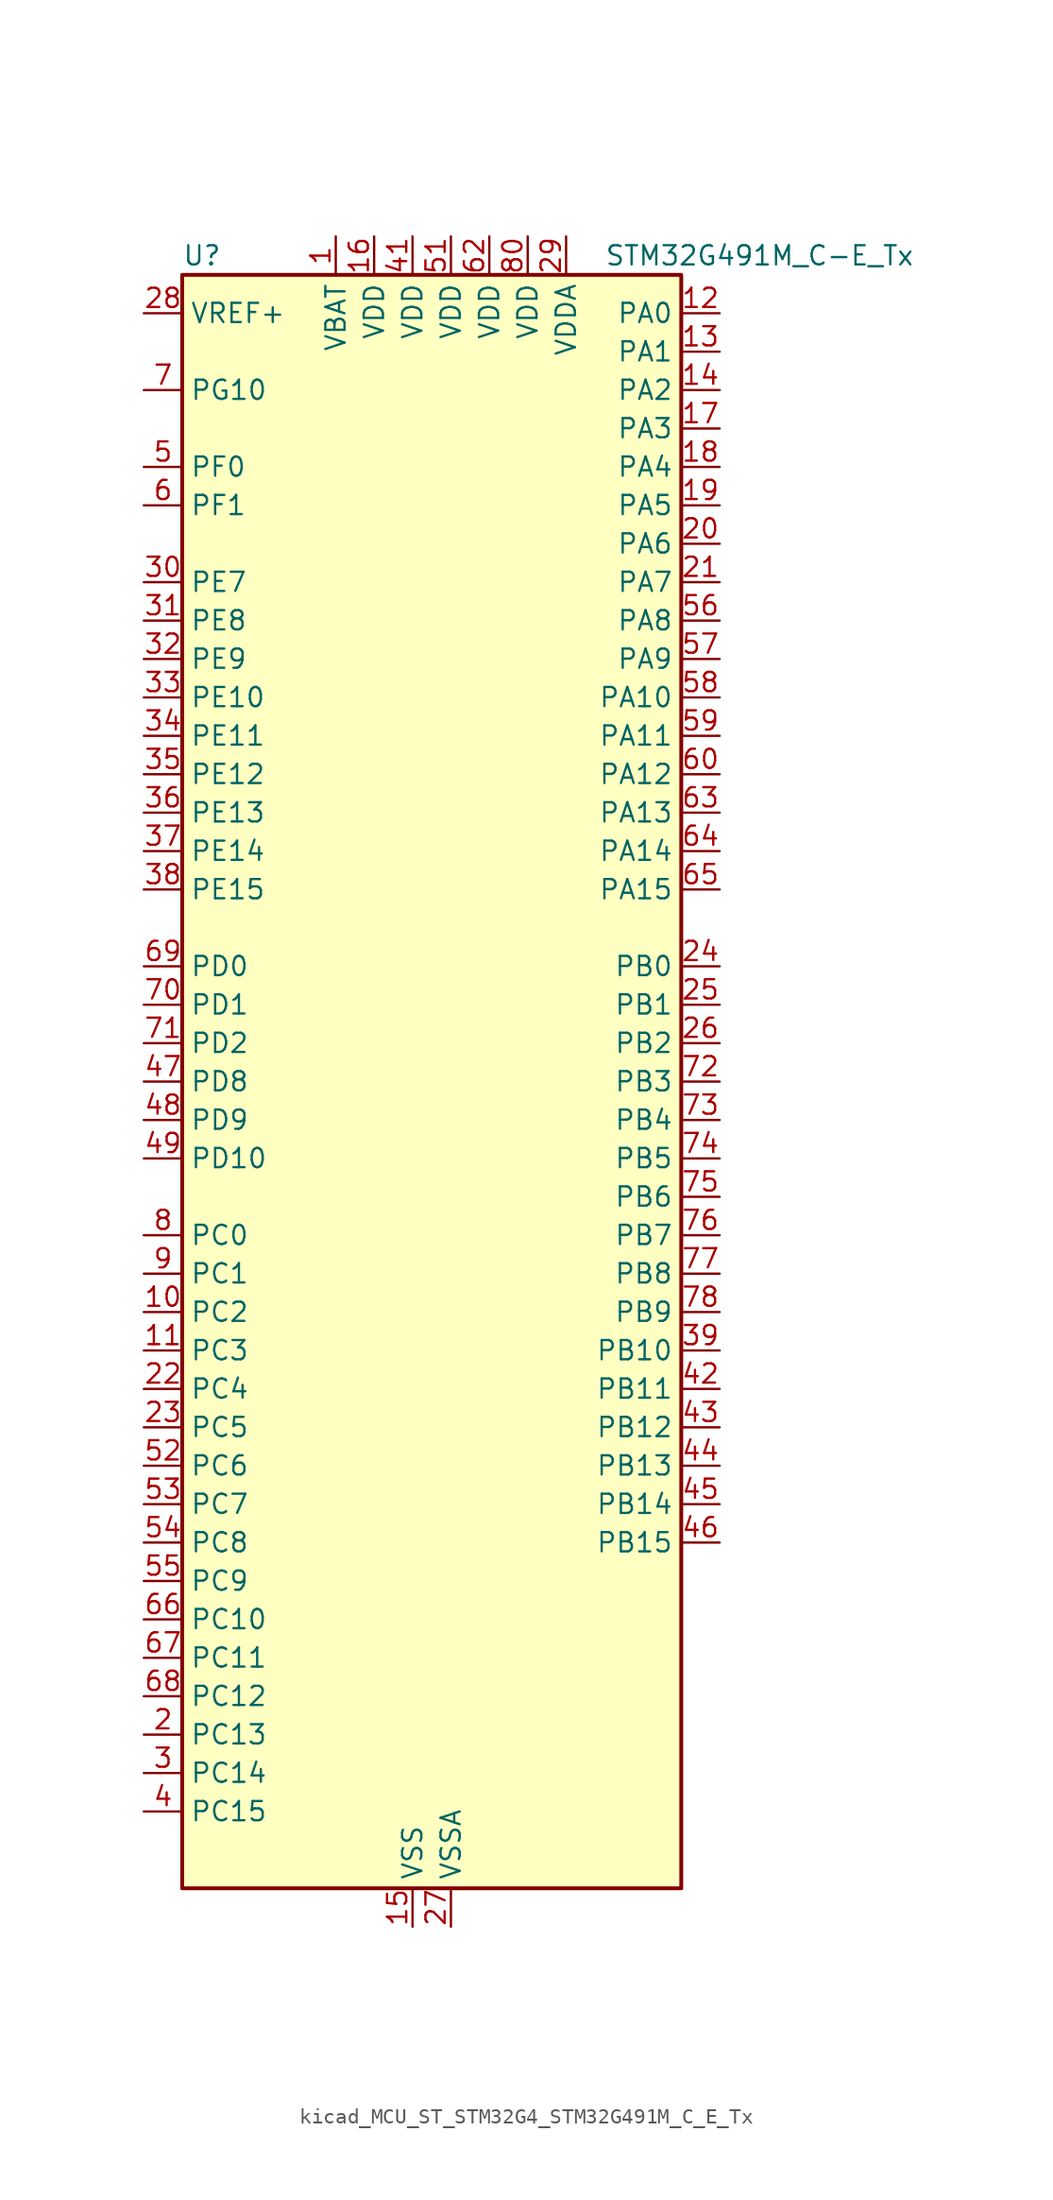
<source format=kicad_sym>
(kicad_symbol_lib
  (version 20220914)
  (generator kicad_symbol_editor)
  (symbol "kicad_MCU_ST_STM32G4_STM32G491M_C_E_Tx"
    (property "Reference" "U"
      (at -15.24 54.61 0)
      (effects (font (size 1.27 1.27)) (justify left)))
    (property "Value" "STM32G491M_C-E_Tx"
      (at 12.7 54.61 0)
      (effects (font (size 1.27 1.27)) (justify left)))
    (property "ki_locked" ""
      (at 0 0 0)
      (effects (font (size 1.27 1.27))))
    (symbol "kicad_MCU_ST_STM32G4_STM32G491M_C_E_Tx_0_1"
      (rectangle (start -15.24 -53.34) (end 17.78 53.34) (stroke (width 0.254) (type default)) (fill (type background))))
    (symbol "kicad_MCU_ST_STM32G4_STM32G491M_C_E_Tx_1_1"
      (pin power_in line (at -5.08 55.88 270) (length 2.54) (name "VBAT" (effects (font (size 1.27 1.27)))) (number "1" (effects (font (size 1.27 1.27)))))
      (pin bidirectional line (at -17.78 -15.24 0) (length 2.54) (name "PC2" (effects (font (size 1.27 1.27)))) (number "10" (effects (font (size 1.27 1.27)))) (alternate "ADC1_IN8" bidirectional line) (alternate "ADC2_IN8" bidirectional line) (alternate "ADC3_EXTI2" bidirectional line) (alternate "COMP3_OUT" bidirectional line) (alternate "LPTIM1_IN2" bidirectional line) (alternate "QUADSPI1_BK2_IO1" bidirectional line) (alternate "TIM1_CH3" bidirectional line) (alternate "TIM20_CH2" bidirectional line))
      (pin bidirectional line (at -17.78 -17.78 0) (length 2.54) (name "PC3" (effects (font (size 1.27 1.27)))) (number "11" (effects (font (size 1.27 1.27)))) (alternate "ADC1_IN9" bidirectional line) (alternate "ADC2_IN9" bidirectional line) (alternate "ADC3_EXTI3" bidirectional line) (alternate "LPTIM1_ETR" bidirectional line) (alternate "QUADSPI1_BK2_IO2" bidirectional line) (alternate "SAI1_D1" bidirectional line) (alternate "SAI1_SD_A" bidirectional line) (alternate "TIM1_BKIN2" bidirectional line) (alternate "TIM1_CH4" bidirectional line))
      (pin bidirectional line (at 20.32 50.8 180) (length 2.54) (name "PA0" (effects (font (size 1.27 1.27)))) (number "12" (effects (font (size 1.27 1.27)))) (alternate "ADC1_IN1" bidirectional line) (alternate "ADC2_IN1" bidirectional line) (alternate "COMP1_INM" bidirectional line) (alternate "COMP1_OUT" bidirectional line) (alternate "COMP3_INP" bidirectional line) (alternate "RTC_TAMP2" bidirectional line) (alternate "SYS_WKUP1" bidirectional line) (alternate "TIM2_CH1" bidirectional line) (alternate "TIM2_ETR" bidirectional line) (alternate "TIM8_BKIN" bidirectional line) (alternate "TIM8_ETR" bidirectional line) (alternate "USART2_CTS" bidirectional line) (alternate "USART2_NSS" bidirectional line))
      (pin bidirectional line (at 20.32 48.26 180) (length 2.54) (name "PA1" (effects (font (size 1.27 1.27)))) (number "13" (effects (font (size 1.27 1.27)))) (alternate "ADC1_IN2" bidirectional line) (alternate "ADC2_IN2" bidirectional line) (alternate "COMP1_INP" bidirectional line) (alternate "OPAMP1_VINP" bidirectional line) (alternate "OPAMP1_VINP_SEC" bidirectional line) (alternate "OPAMP3_VINP" bidirectional line) (alternate "OPAMP3_VINP_SEC" bidirectional line) (alternate "OPAMP6_VINM" bidirectional line) (alternate "OPAMP6_VINM0" bidirectional line) (alternate "OPAMP6_VINM_SEC" bidirectional line) (alternate "RTC_REFIN" bidirectional line) (alternate "TIM15_CH1N" bidirectional line) (alternate "TIM2_CH2" bidirectional line) (alternate "USART2_DE" bidirectional line) (alternate "USART2_RTS" bidirectional line))
      (pin bidirectional line (at 20.32 45.72 180) (length 2.54) (name "PA2" (effects (font (size 1.27 1.27)))) (number "14" (effects (font (size 1.27 1.27)))) (alternate "ADC1_IN3" bidirectional line) (alternate "ADC3_EXTI2" bidirectional line) (alternate "COMP2_INM" bidirectional line) (alternate "COMP2_OUT" bidirectional line) (alternate "LPUART1_TX" bidirectional line) (alternate "OPAMP1_VOUT" bidirectional line) (alternate "QUADSPI1_BK1_NCS" bidirectional line) (alternate "RCC_LSCO" bidirectional line) (alternate "SYS_WKUP4" bidirectional line) (alternate "TIM15_CH1" bidirectional line) (alternate "TIM2_CH3" bidirectional line) (alternate "UCPD1_FRSTX1" bidirectional line) (alternate "UCPD1_FRSTX2" bidirectional line) (alternate "USART2_TX" bidirectional line))
      (pin power_in line (at 0 -55.88 90) (length 2.54) (name "VSS" (effects (font (size 1.27 1.27)))) (number "15" (effects (font (size 1.27 1.27)))))
      (pin power_in line (at -2.54 55.88 270) (length 2.54) (name "VDD" (effects (font (size 1.27 1.27)))) (number "16" (effects (font (size 1.27 1.27)))))
      (pin bidirectional line (at 20.32 43.18 180) (length 2.54) (name "PA3" (effects (font (size 1.27 1.27)))) (number "17" (effects (font (size 1.27 1.27)))) (alternate "ADC1_IN4" bidirectional line) (alternate "ADC3_EXTI3" bidirectional line) (alternate "COMP2_INP" bidirectional line) (alternate "LPUART1_RX" bidirectional line) (alternate "OPAMP1_VINM" bidirectional line) (alternate "OPAMP1_VINM0" bidirectional line) (alternate "OPAMP1_VINM_SEC" bidirectional line) (alternate "OPAMP1_VINP" bidirectional line) (alternate "OPAMP1_VINP_SEC" bidirectional line) (alternate "QUADSPI1_CLK" bidirectional line) (alternate "SAI1_CK1" bidirectional line) (alternate "SAI1_MCLK_A" bidirectional line) (alternate "TIM15_CH2" bidirectional line) (alternate "TIM2_CH4" bidirectional line) (alternate "USART2_RX" bidirectional line))
      (pin bidirectional line (at 20.32 40.64 180) (length 2.54) (name "PA4" (effects (font (size 1.27 1.27)))) (number "18" (effects (font (size 1.27 1.27)))) (alternate "ADC2_IN17" bidirectional line) (alternate "COMP1_INM" bidirectional line) (alternate "DAC1_OUT1" bidirectional line) (alternate "I2S3_WS" bidirectional line) (alternate "SAI1_FS_B" bidirectional line) (alternate "SPI1_NSS" bidirectional line) (alternate "SPI3_NSS" bidirectional line) (alternate "TIM3_CH2" bidirectional line) (alternate "USART2_CK" bidirectional line))
      (pin bidirectional line (at 20.32 38.1 180) (length 2.54) (name "PA5" (effects (font (size 1.27 1.27)))) (number "19" (effects (font (size 1.27 1.27)))) (alternate "ADC2_IN13" bidirectional line) (alternate "COMP2_INM" bidirectional line) (alternate "DAC1_OUT2" bidirectional line) (alternate "OPAMP2_VINM" bidirectional line) (alternate "OPAMP2_VINM0" bidirectional line) (alternate "OPAMP2_VINM_SEC" bidirectional line) (alternate "SPI1_SCK" bidirectional line) (alternate "TIM2_CH1" bidirectional line) (alternate "TIM2_ETR" bidirectional line) (alternate "UCPD1_FRSTX1" bidirectional line) (alternate "UCPD1_FRSTX2" bidirectional line))
      (pin bidirectional line (at -17.78 -43.18 0) (length 2.54) (name "PC13" (effects (font (size 1.27 1.27)))) (number "2" (effects (font (size 1.27 1.27)))) (alternate "RTC_OUT1" bidirectional line) (alternate "RTC_TAMP1" bidirectional line) (alternate "RTC_TS" bidirectional line) (alternate "SYS_WKUP2" bidirectional line) (alternate "TIM1_BKIN" bidirectional line) (alternate "TIM1_CH1N" bidirectional line) (alternate "TIM8_CH4N" bidirectional line))
      (pin bidirectional line (at 20.32 35.56 180) (length 2.54) (name "PA6" (effects (font (size 1.27 1.27)))) (number "20" (effects (font (size 1.27 1.27)))) (alternate "ADC2_IN3" bidirectional line) (alternate "COMP1_OUT" bidirectional line) (alternate "LPUART1_CTS" bidirectional line) (alternate "OPAMP2_VOUT" bidirectional line) (alternate "QUADSPI1_BK1_IO3" bidirectional line) (alternate "SPI1_MISO" bidirectional line) (alternate "TIM16_CH1" bidirectional line) (alternate "TIM1_BKIN" bidirectional line) (alternate "TIM3_CH1" bidirectional line) (alternate "TIM8_BKIN" bidirectional line))
      (pin bidirectional line (at 20.32 33.02 180) (length 2.54) (name "PA7" (effects (font (size 1.27 1.27)))) (number "21" (effects (font (size 1.27 1.27)))) (alternate "ADC2_IN4" bidirectional line) (alternate "COMP2_INP" bidirectional line) (alternate "COMP2_OUT" bidirectional line) (alternate "OPAMP1_VINP" bidirectional line) (alternate "OPAMP1_VINP_SEC" bidirectional line) (alternate "OPAMP2_VINP" bidirectional line) (alternate "OPAMP2_VINP_SEC" bidirectional line) (alternate "QUADSPI1_BK1_IO2" bidirectional line) (alternate "SPI1_MOSI" bidirectional line) (alternate "TIM17_CH1" bidirectional line) (alternate "TIM1_CH1N" bidirectional line) (alternate "TIM3_CH2" bidirectional line) (alternate "TIM8_CH1N" bidirectional line) (alternate "UCPD1_FRSTX1" bidirectional line) (alternate "UCPD1_FRSTX2" bidirectional line))
      (pin bidirectional line (at -17.78 -20.32 0) (length 2.54) (name "PC4" (effects (font (size 1.27 1.27)))) (number "22" (effects (font (size 1.27 1.27)))) (alternate "ADC2_IN5" bidirectional line) (alternate "I2C2_SCL" bidirectional line) (alternate "QUADSPI1_BK2_IO3" bidirectional line) (alternate "TIM1_ETR" bidirectional line) (alternate "USART1_TX" bidirectional line))
      (pin bidirectional line (at -17.78 -22.86 0) (length 2.54) (name "PC5" (effects (font (size 1.27 1.27)))) (number "23" (effects (font (size 1.27 1.27)))) (alternate "ADC2_IN11" bidirectional line) (alternate "OPAMP1_VINM" bidirectional line) (alternate "OPAMP1_VINM1" bidirectional line) (alternate "OPAMP1_VINM_SEC" bidirectional line) (alternate "OPAMP2_VINM" bidirectional line) (alternate "OPAMP2_VINM1" bidirectional line) (alternate "OPAMP2_VINM_SEC" bidirectional line) (alternate "SAI1_D3" bidirectional line) (alternate "SYS_WKUP5" bidirectional line) (alternate "TIM15_BKIN" bidirectional line) (alternate "TIM1_CH4N" bidirectional line) (alternate "USART1_RX" bidirectional line))
      (pin bidirectional line (at 20.32 7.62 180) (length 2.54) (name "PB0" (effects (font (size 1.27 1.27)))) (number "24" (effects (font (size 1.27 1.27)))) (alternate "ADC1_IN15" bidirectional line) (alternate "ADC3_IN12" bidirectional line) (alternate "COMP4_INP" bidirectional line) (alternate "OPAMP2_VINP" bidirectional line) (alternate "OPAMP2_VINP_SEC" bidirectional line) (alternate "OPAMP3_VINP" bidirectional line) (alternate "OPAMP3_VINP_SEC" bidirectional line) (alternate "QUADSPI1_BK1_IO1" bidirectional line) (alternate "TIM1_CH2N" bidirectional line) (alternate "TIM3_CH3" bidirectional line) (alternate "TIM8_CH2N" bidirectional line) (alternate "UCPD1_FRSTX1" bidirectional line) (alternate "UCPD1_FRSTX2" bidirectional line))
      (pin bidirectional line (at 20.32 5.08 180) (length 2.54) (name "PB1" (effects (font (size 1.27 1.27)))) (number "25" (effects (font (size 1.27 1.27)))) (alternate "ADC1_IN12" bidirectional line) (alternate "ADC3_IN1" bidirectional line) (alternate "COMP1_INP" bidirectional line) (alternate "COMP4_OUT" bidirectional line) (alternate "LPUART1_DE" bidirectional line) (alternate "LPUART1_RTS" bidirectional line) (alternate "OPAMP3_VOUT" bidirectional line) (alternate "OPAMP6_VINM" bidirectional line) (alternate "OPAMP6_VINM1" bidirectional line) (alternate "OPAMP6_VINM_SEC" bidirectional line) (alternate "QUADSPI1_BK1_IO0" bidirectional line) (alternate "TIM1_CH3N" bidirectional line) (alternate "TIM3_CH4" bidirectional line) (alternate "TIM8_CH3N" bidirectional line))
      (pin bidirectional line (at 20.32 2.54 180) (length 2.54) (name "PB2" (effects (font (size 1.27 1.27)))) (number "26" (effects (font (size 1.27 1.27)))) (alternate "ADC2_IN12" bidirectional line) (alternate "ADC3_EXTI2" bidirectional line) (alternate "COMP4_INM" bidirectional line) (alternate "I2C3_SMBA" bidirectional line) (alternate "LPTIM1_OUT" bidirectional line) (alternate "OPAMP3_VINM" bidirectional line) (alternate "OPAMP3_VINM0" bidirectional line) (alternate "OPAMP3_VINM_SEC" bidirectional line) (alternate "QUADSPI1_BK2_IO1" bidirectional line) (alternate "RTC_OUT2" bidirectional line) (alternate "TIM20_CH1" bidirectional line))
      (pin power_in line (at 2.54 -55.88 90) (length 2.54) (name "VSSA" (effects (font (size 1.27 1.27)))) (number "27" (effects (font (size 1.27 1.27)))))
      (pin input line (at -17.78 50.8 0) (length 2.54) (name "VREF+" (effects (font (size 1.27 1.27)))) (number "28" (effects (font (size 1.27 1.27)))) (alternate "VREFBUF_OUT" bidirectional line))
      (pin power_in line (at 10.16 55.88 270) (length 2.54) (name "VDDA" (effects (font (size 1.27 1.27)))) (number "29" (effects (font (size 1.27 1.27)))))
      (pin bidirectional line (at -17.78 -45.72 0) (length 2.54) (name "PC14" (effects (font (size 1.27 1.27)))) (number "3" (effects (font (size 1.27 1.27)))) (alternate "RCC_OSC32_IN" bidirectional line))
      (pin bidirectional line (at -17.78 33.02 0) (length 2.54) (name "PE7" (effects (font (size 1.27 1.27)))) (number "30" (effects (font (size 1.27 1.27)))) (alternate "ADC3_IN4" bidirectional line) (alternate "COMP4_INP" bidirectional line) (alternate "SAI1_SD_B" bidirectional line) (alternate "TIM1_ETR" bidirectional line))
      (pin bidirectional line (at -17.78 30.48 0) (length 2.54) (name "PE8" (effects (font (size 1.27 1.27)))) (number "31" (effects (font (size 1.27 1.27)))) (alternate "ADC3_IN6" bidirectional line) (alternate "COMP4_INM" bidirectional line) (alternate "SAI1_SCK_B" bidirectional line) (alternate "TIM1_CH1N" bidirectional line))
      (pin bidirectional line (at -17.78 27.94 0) (length 2.54) (name "PE9" (effects (font (size 1.27 1.27)))) (number "32" (effects (font (size 1.27 1.27)))) (alternate "ADC3_IN2" bidirectional line) (alternate "DAC1_EXTI9" bidirectional line) (alternate "DAC3_EXTI9" bidirectional line) (alternate "SAI1_FS_B" bidirectional line) (alternate "TIM1_CH1" bidirectional line))
      (pin bidirectional line (at -17.78 25.4 0) (length 2.54) (name "PE10" (effects (font (size 1.27 1.27)))) (number "33" (effects (font (size 1.27 1.27)))) (alternate "ADC3_IN14" bidirectional line) (alternate "DAC1_EXTI10" bidirectional line) (alternate "DAC3_EXTI10" bidirectional line) (alternate "QUADSPI1_CLK" bidirectional line) (alternate "SAI1_MCLK_B" bidirectional line) (alternate "TIM1_CH2N" bidirectional line))
      (pin bidirectional line (at -17.78 22.86 0) (length 2.54) (name "PE11" (effects (font (size 1.27 1.27)))) (number "34" (effects (font (size 1.27 1.27)))) (alternate "ADC1_EXTI11" bidirectional line) (alternate "ADC2_EXTI11" bidirectional line) (alternate "ADC3_IN15" bidirectional line) (alternate "QUADSPI1_BK1_NCS" bidirectional line) (alternate "TIM1_CH2" bidirectional line))
      (pin bidirectional line (at -17.78 20.32 0) (length 2.54) (name "PE12" (effects (font (size 1.27 1.27)))) (number "35" (effects (font (size 1.27 1.27)))) (alternate "ADC3_IN16" bidirectional line) (alternate "QUADSPI1_BK1_IO0" bidirectional line) (alternate "TIM1_CH3N" bidirectional line))
      (pin bidirectional line (at -17.78 17.78 0) (length 2.54) (name "PE13" (effects (font (size 1.27 1.27)))) (number "36" (effects (font (size 1.27 1.27)))) (alternate "ADC3_IN3" bidirectional line) (alternate "QUADSPI1_BK1_IO1" bidirectional line) (alternate "TIM1_CH3" bidirectional line))
      (pin bidirectional line (at -17.78 15.24 0) (length 2.54) (name "PE14" (effects (font (size 1.27 1.27)))) (number "37" (effects (font (size 1.27 1.27)))) (alternate "QUADSPI1_BK1_IO2" bidirectional line) (alternate "TIM1_BKIN2" bidirectional line) (alternate "TIM1_CH4" bidirectional line))
      (pin bidirectional line (at -17.78 12.7 0) (length 2.54) (name "PE15" (effects (font (size 1.27 1.27)))) (number "38" (effects (font (size 1.27 1.27)))) (alternate "ADC1_EXTI15" bidirectional line) (alternate "ADC2_EXTI15" bidirectional line) (alternate "QUADSPI1_BK1_IO3" bidirectional line) (alternate "TIM1_BKIN" bidirectional line) (alternate "TIM1_CH4N" bidirectional line) (alternate "USART3_RX" bidirectional line))
      (pin bidirectional line (at 20.32 -17.78 180) (length 2.54) (name "PB10" (effects (font (size 1.27 1.27)))) (number "39" (effects (font (size 1.27 1.27)))) (alternate "DAC1_EXTI10" bidirectional line) (alternate "DAC3_EXTI10" bidirectional line) (alternate "LPUART1_RX" bidirectional line) (alternate "OPAMP3_VINM" bidirectional line) (alternate "OPAMP3_VINM1" bidirectional line) (alternate "OPAMP3_VINM_SEC" bidirectional line) (alternate "QUADSPI1_CLK" bidirectional line) (alternate "SAI1_SCK_A" bidirectional line) (alternate "TIM1_BKIN" bidirectional line) (alternate "TIM2_CH3" bidirectional line) (alternate "USART3_TX" bidirectional line))
      (pin bidirectional line (at -17.78 -48.26 0) (length 2.54) (name "PC15" (effects (font (size 1.27 1.27)))) (number "4" (effects (font (size 1.27 1.27)))) (alternate "ADC1_EXTI15" bidirectional line) (alternate "ADC2_EXTI15" bidirectional line) (alternate "RCC_OSC32_OUT" bidirectional line))
      (pin passive line (at 0 -55.88 90) (length 2.54) hide (name "VSS" (effects (font (size 1.27 1.27)))) (number "40" (effects (font (size 1.27 1.27)))))
      (pin power_in line (at 0 55.88 270) (length 2.54) (name "VDD" (effects (font (size 1.27 1.27)))) (number "41" (effects (font (size 1.27 1.27)))))
      (pin bidirectional line (at 20.32 -20.32 180) (length 2.54) (name "PB11" (effects (font (size 1.27 1.27)))) (number "42" (effects (font (size 1.27 1.27)))) (alternate "ADC1_EXTI11" bidirectional line) (alternate "ADC1_IN14" bidirectional line) (alternate "ADC2_EXTI11" bidirectional line) (alternate "ADC2_IN14" bidirectional line) (alternate "LPUART1_TX" bidirectional line) (alternate "OPAMP6_VOUT" bidirectional line) (alternate "QUADSPI1_BK1_NCS" bidirectional line) (alternate "TIM2_CH4" bidirectional line) (alternate "USART3_RX" bidirectional line))
      (pin bidirectional line (at 20.32 -22.86 180) (length 2.54) (name "PB12" (effects (font (size 1.27 1.27)))) (number "43" (effects (font (size 1.27 1.27)))) (alternate "ADC1_IN11" bidirectional line) (alternate "FDCAN2_RX" bidirectional line) (alternate "I2C2_SMBA" bidirectional line) (alternate "I2S2_WS" bidirectional line) (alternate "LPUART1_DE" bidirectional line) (alternate "LPUART1_RTS" bidirectional line) (alternate "OPAMP6_VINP" bidirectional line) (alternate "OPAMP6_VINP_SEC" bidirectional line) (alternate "SPI2_NSS" bidirectional line) (alternate "TIM1_BKIN" bidirectional line) (alternate "USART3_CK" bidirectional line))
      (pin bidirectional line (at 20.32 -25.4 180) (length 2.54) (name "PB13" (effects (font (size 1.27 1.27)))) (number "44" (effects (font (size 1.27 1.27)))) (alternate "ADC3_IN5" bidirectional line) (alternate "FDCAN2_TX" bidirectional line) (alternate "I2S2_CK" bidirectional line) (alternate "LPUART1_CTS" bidirectional line) (alternate "OPAMP3_VINP" bidirectional line) (alternate "OPAMP3_VINP_SEC" bidirectional line) (alternate "OPAMP6_VINP" bidirectional line) (alternate "OPAMP6_VINP_SEC" bidirectional line) (alternate "SPI2_SCK" bidirectional line) (alternate "TIM1_CH1N" bidirectional line) (alternate "USART3_CTS" bidirectional line) (alternate "USART3_NSS" bidirectional line))
      (pin bidirectional line (at 20.32 -27.94 180) (length 2.54) (name "PB14" (effects (font (size 1.27 1.27)))) (number "45" (effects (font (size 1.27 1.27)))) (alternate "ADC1_IN5" bidirectional line) (alternate "COMP4_OUT" bidirectional line) (alternate "OPAMP2_VINP" bidirectional line) (alternate "OPAMP2_VINP_SEC" bidirectional line) (alternate "SPI2_MISO" bidirectional line) (alternate "TIM15_CH1" bidirectional line) (alternate "TIM1_CH2N" bidirectional line) (alternate "USART3_DE" bidirectional line) (alternate "USART3_RTS" bidirectional line))
      (pin bidirectional line (at 20.32 -30.48 180) (length 2.54) (name "PB15" (effects (font (size 1.27 1.27)))) (number "46" (effects (font (size 1.27 1.27)))) (alternate "ADC1_EXTI15" bidirectional line) (alternate "ADC2_EXTI15" bidirectional line) (alternate "ADC2_IN15" bidirectional line) (alternate "COMP3_OUT" bidirectional line) (alternate "I2S2_SD" bidirectional line) (alternate "RTC_REFIN" bidirectional line) (alternate "SPI2_MOSI" bidirectional line) (alternate "TIM15_CH1N" bidirectional line) (alternate "TIM15_CH2" bidirectional line) (alternate "TIM1_CH3N" bidirectional line))
      (pin bidirectional line (at -17.78 0 0) (length 2.54) (name "PD8" (effects (font (size 1.27 1.27)))) (number "47" (effects (font (size 1.27 1.27)))) (alternate "USART3_TX" bidirectional line))
      (pin bidirectional line (at -17.78 -2.54 0) (length 2.54) (name "PD9" (effects (font (size 1.27 1.27)))) (number "48" (effects (font (size 1.27 1.27)))) (alternate "DAC1_EXTI9" bidirectional line) (alternate "DAC3_EXTI9" bidirectional line) (alternate "OPAMP6_VINP" bidirectional line) (alternate "OPAMP6_VINP_SEC" bidirectional line) (alternate "USART3_RX" bidirectional line))
      (pin bidirectional line (at -17.78 -5.08 0) (length 2.54) (name "PD10" (effects (font (size 1.27 1.27)))) (number "49" (effects (font (size 1.27 1.27)))) (alternate "ADC3_IN7" bidirectional line) (alternate "DAC1_EXTI10" bidirectional line) (alternate "DAC3_EXTI10" bidirectional line) (alternate "USART3_CK" bidirectional line))
      (pin bidirectional line (at -17.78 40.64 0) (length 2.54) (name "PF0" (effects (font (size 1.27 1.27)))) (number "5" (effects (font (size 1.27 1.27)))) (alternate "ADC1_IN10" bidirectional line) (alternate "I2C2_SDA" bidirectional line) (alternate "I2S2_WS" bidirectional line) (alternate "RCC_OSC_IN" bidirectional line) (alternate "SPI2_NSS" bidirectional line) (alternate "TIM1_CH3N" bidirectional line))
      (pin passive line (at 0 -55.88 90) (length 2.54) hide (name "VSS" (effects (font (size 1.27 1.27)))) (number "50" (effects (font (size 1.27 1.27)))))
      (pin power_in line (at 2.54 55.88 270) (length 2.54) (name "VDD" (effects (font (size 1.27 1.27)))) (number "51" (effects (font (size 1.27 1.27)))))
      (pin bidirectional line (at -17.78 -25.4 0) (length 2.54) (name "PC6" (effects (font (size 1.27 1.27)))) (number "52" (effects (font (size 1.27 1.27)))) (alternate "I2S2_MCK" bidirectional line) (alternate "TIM3_CH1" bidirectional line) (alternate "TIM8_CH1" bidirectional line))
      (pin bidirectional line (at -17.78 -27.94 0) (length 2.54) (name "PC7" (effects (font (size 1.27 1.27)))) (number "53" (effects (font (size 1.27 1.27)))) (alternate "I2S3_MCK" bidirectional line) (alternate "TIM3_CH2" bidirectional line) (alternate "TIM8_CH2" bidirectional line))
      (pin bidirectional line (at -17.78 -30.48 0) (length 2.54) (name "PC8" (effects (font (size 1.27 1.27)))) (number "54" (effects (font (size 1.27 1.27)))) (alternate "I2C3_SCL" bidirectional line) (alternate "TIM20_CH3" bidirectional line) (alternate "TIM3_CH3" bidirectional line) (alternate "TIM8_CH3" bidirectional line))
      (pin bidirectional line (at -17.78 -33.02 0) (length 2.54) (name "PC9" (effects (font (size 1.27 1.27)))) (number "55" (effects (font (size 1.27 1.27)))) (alternate "DAC1_EXTI9" bidirectional line) (alternate "DAC3_EXTI9" bidirectional line) (alternate "I2C3_SDA" bidirectional line) (alternate "I2S_CKIN" bidirectional line) (alternate "TIM3_CH4" bidirectional line) (alternate "TIM8_BKIN2" bidirectional line) (alternate "TIM8_CH4" bidirectional line))
      (pin bidirectional line (at 20.32 30.48 180) (length 2.54) (name "PA8" (effects (font (size 1.27 1.27)))) (number "56" (effects (font (size 1.27 1.27)))) (alternate "I2C2_SDA" bidirectional line) (alternate "I2C3_SCL" bidirectional line) (alternate "I2S2_MCK" bidirectional line) (alternate "RCC_MCO" bidirectional line) (alternate "SAI1_CK2" bidirectional line) (alternate "SAI1_SCK_A" bidirectional line) (alternate "TIM1_CH1" bidirectional line) (alternate "TIM4_ETR" bidirectional line) (alternate "USART1_CK" bidirectional line))
      (pin bidirectional line (at 20.32 27.94 180) (length 2.54) (name "PA9" (effects (font (size 1.27 1.27)))) (number "57" (effects (font (size 1.27 1.27)))) (alternate "DAC1_EXTI9" bidirectional line) (alternate "DAC3_EXTI9" bidirectional line) (alternate "I2C2_SCL" bidirectional line) (alternate "I2C3_SMBA" bidirectional line) (alternate "I2S3_MCK" bidirectional line) (alternate "SAI1_FS_A" bidirectional line) (alternate "TIM15_BKIN" bidirectional line) (alternate "TIM1_CH2" bidirectional line) (alternate "TIM2_CH3" bidirectional line) (alternate "UCPD1_DBCC1" bidirectional line) (alternate "USART1_TX" bidirectional line))
      (pin bidirectional line (at 20.32 25.4 180) (length 2.54) (name "PA10" (effects (font (size 1.27 1.27)))) (number "58" (effects (font (size 1.27 1.27)))) (alternate "CRS_SYNC" bidirectional line) (alternate "DAC1_EXTI10" bidirectional line) (alternate "DAC3_EXTI10" bidirectional line) (alternate "I2C2_SMBA" bidirectional line) (alternate "SAI1_D1" bidirectional line) (alternate "SAI1_SD_A" bidirectional line) (alternate "SPI2_MISO" bidirectional line) (alternate "TIM17_BKIN" bidirectional line) (alternate "TIM1_CH3" bidirectional line) (alternate "TIM2_CH4" bidirectional line) (alternate "TIM8_BKIN" bidirectional line) (alternate "UCPD1_DBCC2" bidirectional line) (alternate "USART1_RX" bidirectional line))
      (pin bidirectional line (at 20.32 22.86 180) (length 2.54) (name "PA11" (effects (font (size 1.27 1.27)))) (number "59" (effects (font (size 1.27 1.27)))) (alternate "ADC1_EXTI11" bidirectional line) (alternate "ADC2_EXTI11" bidirectional line) (alternate "COMP1_OUT" bidirectional line) (alternate "FDCAN1_RX" bidirectional line) (alternate "I2S2_SD" bidirectional line) (alternate "SPI2_MOSI" bidirectional line) (alternate "TIM1_BKIN2" bidirectional line) (alternate "TIM1_CH1N" bidirectional line) (alternate "TIM1_CH4" bidirectional line) (alternate "TIM4_CH1" bidirectional line) (alternate "USART1_CTS" bidirectional line) (alternate "USART1_NSS" bidirectional line) (alternate "USB_DM" bidirectional line))
      (pin bidirectional line (at -17.78 38.1 0) (length 2.54) (name "PF1" (effects (font (size 1.27 1.27)))) (number "6" (effects (font (size 1.27 1.27)))) (alternate "ADC2_IN10" bidirectional line) (alternate "COMP3_INM" bidirectional line) (alternate "I2S2_CK" bidirectional line) (alternate "RCC_OSC_OUT" bidirectional line) (alternate "SPI2_SCK" bidirectional line))
      (pin bidirectional line (at 20.32 20.32 180) (length 2.54) (name "PA12" (effects (font (size 1.27 1.27)))) (number "60" (effects (font (size 1.27 1.27)))) (alternate "COMP2_OUT" bidirectional line) (alternate "FDCAN1_TX" bidirectional line) (alternate "I2S_CKIN" bidirectional line) (alternate "TIM16_CH1" bidirectional line) (alternate "TIM1_CH2N" bidirectional line) (alternate "TIM1_ETR" bidirectional line) (alternate "TIM4_CH2" bidirectional line) (alternate "USART1_DE" bidirectional line) (alternate "USART1_RTS" bidirectional line) (alternate "USB_DP" bidirectional line))
      (pin passive line (at 0 -55.88 90) (length 2.54) hide (name "VSS" (effects (font (size 1.27 1.27)))) (number "61" (effects (font (size 1.27 1.27)))))
      (pin power_in line (at 5.08 55.88 270) (length 2.54) (name "VDD" (effects (font (size 1.27 1.27)))) (number "62" (effects (font (size 1.27 1.27)))))
      (pin bidirectional line (at 20.32 17.78 180) (length 2.54) (name "PA13" (effects (font (size 1.27 1.27)))) (number "63" (effects (font (size 1.27 1.27)))) (alternate "I2C1_SCL" bidirectional line) (alternate "IR_OUT" bidirectional line) (alternate "SAI1_SD_B" bidirectional line) (alternate "SYS_JTMS-SWDIO" bidirectional line) (alternate "TIM16_CH1N" bidirectional line) (alternate "TIM4_CH3" bidirectional line) (alternate "USART3_CTS" bidirectional line) (alternate "USART3_NSS" bidirectional line))
      (pin bidirectional line (at 20.32 15.24 180) (length 2.54) (name "PA14" (effects (font (size 1.27 1.27)))) (number "64" (effects (font (size 1.27 1.27)))) (alternate "I2C1_SDA" bidirectional line) (alternate "LPTIM1_OUT" bidirectional line) (alternate "SAI1_FS_B" bidirectional line) (alternate "SYS_JTCK-SWCLK" bidirectional line) (alternate "TIM1_BKIN" bidirectional line) (alternate "TIM8_CH2" bidirectional line) (alternate "USART2_TX" bidirectional line))
      (pin bidirectional line (at 20.32 12.7 180) (length 2.54) (name "PA15" (effects (font (size 1.27 1.27)))) (number "65" (effects (font (size 1.27 1.27)))) (alternate "ADC1_EXTI15" bidirectional line) (alternate "ADC2_EXTI15" bidirectional line) (alternate "I2C1_SCL" bidirectional line) (alternate "I2S3_WS" bidirectional line) (alternate "SPI1_NSS" bidirectional line) (alternate "SPI3_NSS" bidirectional line) (alternate "SYS_JTDI" bidirectional line) (alternate "TIM1_BKIN" bidirectional line) (alternate "TIM20_ETR" bidirectional line) (alternate "TIM2_CH1" bidirectional line) (alternate "TIM2_ETR" bidirectional line) (alternate "TIM8_CH1" bidirectional line) (alternate "UART4_DE" bidirectional line) (alternate "UART4_RTS" bidirectional line) (alternate "USART2_RX" bidirectional line))
      (pin bidirectional line (at -17.78 -35.56 0) (length 2.54) (name "PC10" (effects (font (size 1.27 1.27)))) (number "66" (effects (font (size 1.27 1.27)))) (alternate "DAC1_EXTI10" bidirectional line) (alternate "DAC3_EXTI10" bidirectional line) (alternate "I2S3_CK" bidirectional line) (alternate "SPI3_SCK" bidirectional line) (alternate "TIM8_CH1N" bidirectional line) (alternate "UART4_TX" bidirectional line) (alternate "USART3_TX" bidirectional line))
      (pin bidirectional line (at -17.78 -38.1 0) (length 2.54) (name "PC11" (effects (font (size 1.27 1.27)))) (number "67" (effects (font (size 1.27 1.27)))) (alternate "ADC1_EXTI11" bidirectional line) (alternate "ADC2_EXTI11" bidirectional line) (alternate "I2C3_SDA" bidirectional line) (alternate "SPI3_MISO" bidirectional line) (alternate "TIM8_CH2N" bidirectional line) (alternate "UART4_RX" bidirectional line) (alternate "USART3_RX" bidirectional line))
      (pin bidirectional line (at -17.78 -40.64 0) (length 2.54) (name "PC12" (effects (font (size 1.27 1.27)))) (number "68" (effects (font (size 1.27 1.27)))) (alternate "I2S3_SD" bidirectional line) (alternate "SPI3_MOSI" bidirectional line) (alternate "TIM8_CH3N" bidirectional line) (alternate "UART5_TX" bidirectional line) (alternate "UCPD1_FRSTX1" bidirectional line) (alternate "UCPD1_FRSTX2" bidirectional line) (alternate "USART3_CK" bidirectional line))
      (pin bidirectional line (at -17.78 7.62 0) (length 2.54) (name "PD0" (effects (font (size 1.27 1.27)))) (number "69" (effects (font (size 1.27 1.27)))) (alternate "FDCAN1_RX" bidirectional line) (alternate "TIM8_CH4N" bidirectional line))
      (pin bidirectional line (at -17.78 45.72 0) (length 2.54) (name "PG10" (effects (font (size 1.27 1.27)))) (number "7" (effects (font (size 1.27 1.27)))) (alternate "DAC1_EXTI10" bidirectional line) (alternate "DAC3_EXTI10" bidirectional line) (alternate "RCC_MCO" bidirectional line))
      (pin bidirectional line (at -17.78 5.08 0) (length 2.54) (name "PD1" (effects (font (size 1.27 1.27)))) (number "70" (effects (font (size 1.27 1.27)))) (alternate "FDCAN1_TX" bidirectional line) (alternate "TIM8_BKIN2" bidirectional line) (alternate "TIM8_CH4" bidirectional line))
      (pin bidirectional line (at -17.78 2.54 0) (length 2.54) (name "PD2" (effects (font (size 1.27 1.27)))) (number "71" (effects (font (size 1.27 1.27)))) (alternate "ADC3_EXTI2" bidirectional line) (alternate "TIM3_ETR" bidirectional line) (alternate "TIM8_BKIN" bidirectional line) (alternate "UART5_RX" bidirectional line))
      (pin bidirectional line (at 20.32 0 180) (length 2.54) (name "PB3" (effects (font (size 1.27 1.27)))) (number "72" (effects (font (size 1.27 1.27)))) (alternate "ADC3_EXTI3" bidirectional line) (alternate "CRS_SYNC" bidirectional line) (alternate "I2S3_CK" bidirectional line) (alternate "SAI1_SCK_B" bidirectional line) (alternate "SPI1_SCK" bidirectional line) (alternate "SPI3_SCK" bidirectional line) (alternate "SYS_JTDO-SWO" bidirectional line) (alternate "TIM2_CH2" bidirectional line) (alternate "TIM3_ETR" bidirectional line) (alternate "TIM4_ETR" bidirectional line) (alternate "TIM8_CH1N" bidirectional line) (alternate "USART2_TX" bidirectional line))
      (pin bidirectional line (at 20.32 -2.54 180) (length 2.54) (name "PB4" (effects (font (size 1.27 1.27)))) (number "73" (effects (font (size 1.27 1.27)))) (alternate "SAI1_MCLK_B" bidirectional line) (alternate "SPI1_MISO" bidirectional line) (alternate "SPI3_MISO" bidirectional line) (alternate "SYS_JTRST" bidirectional line) (alternate "TIM16_CH1" bidirectional line) (alternate "TIM17_BKIN" bidirectional line) (alternate "TIM3_CH1" bidirectional line) (alternate "TIM8_CH2N" bidirectional line) (alternate "UART5_DE" bidirectional line) (alternate "UART5_RTS" bidirectional line) (alternate "UCPD1_CC2" bidirectional line) (alternate "USART2_RX" bidirectional line))
      (pin bidirectional line (at 20.32 -5.08 180) (length 2.54) (name "PB5" (effects (font (size 1.27 1.27)))) (number "74" (effects (font (size 1.27 1.27)))) (alternate "FDCAN2_RX" bidirectional line) (alternate "I2C1_SMBA" bidirectional line) (alternate "I2C3_SDA" bidirectional line) (alternate "I2S3_SD" bidirectional line) (alternate "LPTIM1_IN1" bidirectional line) (alternate "SAI1_SD_B" bidirectional line) (alternate "SPI1_MOSI" bidirectional line) (alternate "SPI3_MOSI" bidirectional line) (alternate "TIM16_BKIN" bidirectional line) (alternate "TIM17_CH1" bidirectional line) (alternate "TIM3_CH2" bidirectional line) (alternate "TIM8_CH3N" bidirectional line) (alternate "UART5_CTS" bidirectional line) (alternate "USART2_CK" bidirectional line))
      (pin bidirectional line (at 20.32 -7.62 180) (length 2.54) (name "PB6" (effects (font (size 1.27 1.27)))) (number "75" (effects (font (size 1.27 1.27)))) (alternate "COMP4_OUT" bidirectional line) (alternate "FDCAN2_TX" bidirectional line) (alternate "LPTIM1_ETR" bidirectional line) (alternate "SAI1_FS_B" bidirectional line) (alternate "TIM16_CH1N" bidirectional line) (alternate "TIM4_CH1" bidirectional line) (alternate "TIM8_BKIN2" bidirectional line) (alternate "TIM8_CH1" bidirectional line) (alternate "TIM8_ETR" bidirectional line) (alternate "UCPD1_CC1" bidirectional line) (alternate "USART1_TX" bidirectional line))
      (pin bidirectional line (at 20.32 -10.16 180) (length 2.54) (name "PB7" (effects (font (size 1.27 1.27)))) (number "76" (effects (font (size 1.27 1.27)))) (alternate "COMP3_OUT" bidirectional line) (alternate "I2C1_SDA" bidirectional line) (alternate "LPTIM1_IN2" bidirectional line) (alternate "SYS_PVD_IN" bidirectional line) (alternate "TIM17_CH1N" bidirectional line) (alternate "TIM3_CH4" bidirectional line) (alternate "TIM4_CH2" bidirectional line) (alternate "TIM8_BKIN" bidirectional line) (alternate "UART4_CTS" bidirectional line) (alternate "USART1_RX" bidirectional line))
      (pin bidirectional line (at 20.32 -12.7 180) (length 2.54) (name "PB8" (effects (font (size 1.27 1.27)))) (number "77" (effects (font (size 1.27 1.27)))) (alternate "COMP1_OUT" bidirectional line) (alternate "FDCAN1_RX" bidirectional line) (alternate "I2C1_SCL" bidirectional line) (alternate "SAI1_CK1" bidirectional line) (alternate "SAI1_MCLK_A" bidirectional line) (alternate "TIM16_CH1" bidirectional line) (alternate "TIM1_BKIN" bidirectional line) (alternate "TIM4_CH3" bidirectional line) (alternate "TIM8_CH2" bidirectional line) (alternate "USART3_RX" bidirectional line))
      (pin bidirectional line (at 20.32 -15.24 180) (length 2.54) (name "PB9" (effects (font (size 1.27 1.27)))) (number "78" (effects (font (size 1.27 1.27)))) (alternate "COMP2_OUT" bidirectional line) (alternate "DAC1_EXTI9" bidirectional line) (alternate "DAC3_EXTI9" bidirectional line) (alternate "FDCAN1_TX" bidirectional line) (alternate "I2C1_SDA" bidirectional line) (alternate "IR_OUT" bidirectional line) (alternate "SAI1_D2" bidirectional line) (alternate "SAI1_FS_A" bidirectional line) (alternate "TIM17_CH1" bidirectional line) (alternate "TIM1_CH3N" bidirectional line) (alternate "TIM4_CH4" bidirectional line) (alternate "TIM8_CH3" bidirectional line) (alternate "USART3_TX" bidirectional line))
      (pin passive line (at 0 -55.88 90) (length 2.54) hide (name "VSS" (effects (font (size 1.27 1.27)))) (number "79" (effects (font (size 1.27 1.27)))))
      (pin bidirectional line (at -17.78 -10.16 0) (length 2.54) (name "PC0" (effects (font (size 1.27 1.27)))) (number "8" (effects (font (size 1.27 1.27)))) (alternate "ADC1_IN6" bidirectional line) (alternate "ADC2_IN6" bidirectional line) (alternate "COMP3_INM" bidirectional line) (alternate "LPTIM1_IN1" bidirectional line) (alternate "LPUART1_RX" bidirectional line) (alternate "TIM1_CH1" bidirectional line))
      (pin power_in line (at 7.62 55.88 270) (length 2.54) (name "VDD" (effects (font (size 1.27 1.27)))) (number "80" (effects (font (size 1.27 1.27)))))
      (pin bidirectional line (at -17.78 -12.7 0) (length 2.54) (name "PC1" (effects (font (size 1.27 1.27)))) (number "9" (effects (font (size 1.27 1.27)))) (alternate "ADC1_IN7" bidirectional line) (alternate "ADC2_IN7" bidirectional line) (alternate "COMP3_INP" bidirectional line) (alternate "LPTIM1_OUT" bidirectional line) (alternate "LPUART1_TX" bidirectional line) (alternate "QUADSPI1_BK2_IO0" bidirectional line) (alternate "SAI1_SD_A" bidirectional line) (alternate "TIM1_CH2" bidirectional line)))))
</source>
